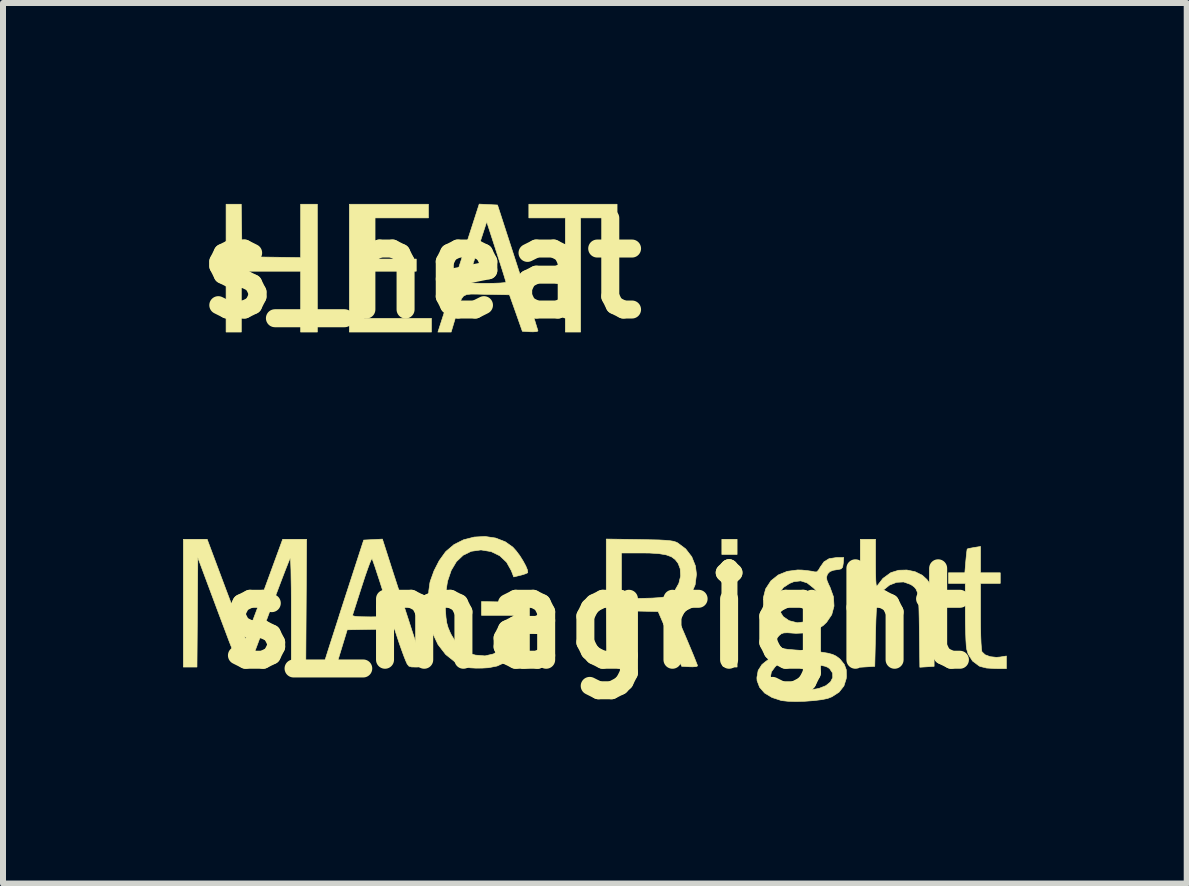
<source format=kicad_pcb>
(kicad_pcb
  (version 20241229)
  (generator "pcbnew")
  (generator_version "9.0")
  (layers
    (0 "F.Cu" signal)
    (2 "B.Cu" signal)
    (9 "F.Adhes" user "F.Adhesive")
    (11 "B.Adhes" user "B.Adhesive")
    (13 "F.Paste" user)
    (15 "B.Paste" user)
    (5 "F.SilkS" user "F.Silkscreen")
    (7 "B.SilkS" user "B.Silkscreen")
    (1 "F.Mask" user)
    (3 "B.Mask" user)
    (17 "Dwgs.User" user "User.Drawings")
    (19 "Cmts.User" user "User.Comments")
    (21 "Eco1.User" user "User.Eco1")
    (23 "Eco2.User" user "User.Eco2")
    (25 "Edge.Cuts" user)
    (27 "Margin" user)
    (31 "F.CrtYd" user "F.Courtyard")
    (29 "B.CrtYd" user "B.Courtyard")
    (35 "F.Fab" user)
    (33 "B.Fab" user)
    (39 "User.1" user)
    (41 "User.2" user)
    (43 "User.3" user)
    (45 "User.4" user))
  (footprint "s_magright"
    (layer "F.Cu")
    (at 6.849 7.254)
    (property "Reference" "s_magright" (at 0 0 0) (layer "F.SilkS") (effects (font (size 1.524 1.524) (thickness 0.3))))
    (attr through_hole)
    (fp_poly (pts (xy 2.383 -1.065) (xy 2.129 -1.065) (xy 2.129 -1.318) (xy 2.383 -1.318) (xy 2.383 -1.065)) (stroke (width 0.01) (type solid)) (fill yes) (layer "F.SilkS"))
    (fp_poly (pts (xy 2.383 0.811) (xy 2.273 0.811) (xy 2.202 0.808) (xy 2.154 0.799) (xy 2.146 0.794) (xy 2.142 0.766) (xy 2.138 0.693) (xy 2.135 0.582) (xy 2.132 0.439) (xy 2.13 0.271) (xy 2.129 0.084) (xy 2.129 0.008) (xy 2.129 -0.76) (xy 2.383 -0.76) (xy 2.383 0.811)) (stroke (width 0.01) (type solid)) (fill yes) (layer "F.SilkS"))
    (fp_poly (pts (xy 6.439 -0.76) (xy 6.768 -0.76) (xy 6.768 -0.583) (xy 6.439 -0.583) (xy 6.439 -0.036) (xy 6.44 0.137) (xy 6.443 0.29) (xy 6.448 0.415) (xy 6.455 0.506) (xy 6.462 0.554) (xy 6.464 0.557) (xy 6.515 0.606) (xy 6.6 0.638) (xy 6.703 0.649) (xy 6.765 0.644) (xy 6.87 0.627) (xy 6.87 0.837) (xy 6.686 0.836) (xy 6.538 0.827) (xy 6.431 0.8) (xy 6.415 0.792) (xy 6.306 0.71) (xy 6.233 0.594) (xy 6.21 0.518) (xy 6.202 0.461) (xy 6.196 0.364) (xy 6.191 0.236) (xy 6.187 0.087) (xy 6.186 -0.074) (xy 6.186 -0.082) (xy 6.185 -0.583) (xy 5.906 -0.583) (xy 5.906 -0.76) (xy 6.178 -0.76) (xy 6.194 -0.955) (xy 6.203 -1.048) (xy 6.211 -1.119) (xy 6.217 -1.155) (xy 6.218 -1.156) (xy 6.245 -1.165) (xy 6.305 -1.176) (xy 6.332 -1.181) (xy 6.439 -1.198) (xy 6.439 -0.76)) (stroke (width 0.01) (type solid)) (fill yes) (layer "F.SilkS"))
    (fp_poly (pts (xy 4.69 -0.906) (xy 4.691 -0.75) (xy 4.694 -0.639) (xy 4.699 -0.571) (xy 4.706 -0.539) (xy 4.717 -0.541) (xy 4.719 -0.545) (xy 4.813 -0.666) (xy 4.942 -0.76) (xy 4.948 -0.763) (xy 5.074 -0.802) (xy 5.212 -0.806) (xy 5.348 -0.778) (xy 5.468 -0.719) (xy 5.546 -0.648) (xy 5.581 -0.599) (xy 5.608 -0.546) (xy 5.629 -0.483) (xy 5.644 -0.403) (xy 5.654 -0.299) (xy 5.66 -0.165) (xy 5.663 0.007) (xy 5.664 0.203) (xy 5.666 0.799) (xy 5.428 0.814) (xy 5.42 0.198) (xy 5.417 -0.006) (xy 5.413 -0.166) (xy 5.407 -0.287) (xy 5.398 -0.377) (xy 5.384 -0.442) (xy 5.364 -0.488) (xy 5.337 -0.521) (xy 5.302 -0.548) (xy 5.271 -0.567) (xy 5.158 -0.607) (xy 5.039 -0.601) (xy 4.923 -0.555) (xy 4.819 -0.471) (xy 4.744 -0.368) (xy 4.73 -0.332) (xy 4.718 -0.282) (xy 4.709 -0.209) (xy 4.702 -0.107) (xy 4.696 0.03) (xy 4.691 0.21) (xy 4.69 0.253) (xy 4.677 0.799) (xy 4.436 0.814) (xy 4.436 -1.318) (xy 4.69 -1.318) (xy 4.69 -0.906)) (stroke (width 0.01) (type solid)) (fill yes) (layer "F.SilkS"))
    (fp_poly (pts (xy -6.134 -0.481) (xy -6.061 -0.288) (xy -5.994 -0.111) (xy -5.933 0.043) (xy -5.882 0.17) (xy -5.841 0.265) (xy -5.815 0.322) (xy -5.804 0.336) (xy -5.792 0.309) (xy -5.764 0.239) (xy -5.723 0.133) (xy -5.672 -0.004) (xy -5.611 -0.166) (xy -5.544 -0.347) (xy -5.488 -0.501) (xy -5.189 -1.318) (xy -4.79 -1.318) (xy -4.797 -0.26) (xy -4.804 0.799) (xy -5.045 0.814) (xy -5.045 -0.104) (xy -5.045 -0.313) (xy -5.046 -0.505) (xy -5.049 -0.673) (xy -5.051 -0.813) (xy -5.055 -0.918) (xy -5.059 -0.983) (xy -5.063 -1.004) (xy -5.063 -1.004) (xy -5.076 -0.977) (xy -5.104 -0.907) (xy -5.146 -0.801) (xy -5.199 -0.663) (xy -5.261 -0.499) (xy -5.331 -0.314) (xy -5.406 -0.114) (xy -5.413 -0.093) (xy -5.745 0.799) (xy -5.824 0.806) (xy -5.886 0.803) (xy -5.925 0.768) (xy -5.939 0.743) (xy -5.956 0.703) (xy -5.988 0.622) (xy -6.033 0.504) (xy -6.09 0.358) (xy -6.154 0.187) (xy -6.225 -0.001) (xy -6.289 -0.172) (xy -6.603 -1.015) (xy -6.61 -0.102) (xy -6.617 0.811) (xy -6.844 0.811) (xy -6.844 -1.318) (xy -6.447 -1.318) (xy -6.134 -0.481)) (stroke (width 0.01) (type solid)) (fill yes) (layer "F.SilkS"))
    (fp_poly (pts (xy 0.754 -1.314) (xy 0.94 -1.31) (xy 1.083 -1.307) (xy 1.189 -1.301) (xy 1.266 -1.294) (xy 1.322 -1.285) (xy 1.363 -1.272) (xy 1.391 -1.259) (xy 1.526 -1.158) (xy 1.628 -1.026) (xy 1.689 -0.873) (xy 1.706 -0.735) (xy 1.684 -0.56) (xy 1.621 -0.412) (xy 1.518 -0.294) (xy 1.414 -0.226) (xy 1.356 -0.193) (xy 1.335 -0.166) (xy 1.343 -0.126) (xy 1.356 -0.095) (xy 1.377 -0.044) (xy 1.414 0.043) (xy 1.463 0.158) (xy 1.519 0.289) (xy 1.557 0.379) (xy 1.612 0.51) (xy 1.66 0.625) (xy 1.696 0.716) (xy 1.719 0.774) (xy 1.724 0.792) (xy 1.701 0.803) (xy 1.642 0.807) (xy 1.592 0.806) (xy 1.46 0.799) (xy 1.264 0.342) (xy 1.068 -0.114) (xy 0.762 -0.121) (xy 0.456 -0.128) (xy 0.456 0.811) (xy 0.346 0.811) (xy 0.275 0.808) (xy 0.228 0.799) (xy 0.22 0.794) (xy 0.216 0.766) (xy 0.213 0.693) (xy 0.21 0.579) (xy 0.207 0.431) (xy 0.205 0.254) (xy 0.204 0.053) (xy 0.203 -0.166) (xy 0.203 -0.272) (xy 0.203 -1.09) (xy 0.456 -1.09) (xy 0.456 -0.325) (xy 0.818 -0.334) (xy 0.968 -0.338) (xy 1.077 -0.345) (xy 1.155 -0.354) (xy 1.21 -0.368) (xy 1.252 -0.387) (xy 1.259 -0.391) (xy 1.35 -0.472) (xy 1.412 -0.582) (xy 1.442 -0.705) (xy 1.435 -0.827) (xy 1.401 -0.916) (xy 1.352 -0.98) (xy 1.288 -1.027) (xy 1.2 -1.059) (xy 1.081 -1.079) (xy 0.925 -1.089) (xy 0.803 -1.09) (xy 0.456 -1.09) (xy 0.203 -1.09) (xy 0.203 -1.322) (xy 0.754 -1.314)) (stroke (width 0.01) (type solid)) (fill yes) (layer "F.SilkS"))
    (fp_poly (pts (xy -3.447 -1.072) (xy -3.417 -0.978) (xy -3.377 -0.852) (xy -3.328 -0.701) (xy -3.273 -0.532) (xy -3.214 -0.35) (xy -3.153 -0.162) (xy -3.092 0.025) (xy -3.034 0.206) (xy -2.979 0.372) (xy -2.932 0.519) (xy -2.892 0.639) (xy -2.864 0.726) (xy -2.848 0.773) (xy -2.846 0.779) (xy -2.854 0.799) (xy -2.904 0.809) (xy -2.964 0.811) (xy -3.041 0.809) (xy -3.085 0.796) (xy -3.114 0.761) (xy -3.14 0.703) (xy -3.17 0.627) (xy -3.208 0.523) (xy -3.248 0.41) (xy -3.256 0.386) (xy -3.325 0.176) (xy -3.719 0.183) (xy -4.113 0.19) (xy -4.206 0.494) (xy -4.299 0.799) (xy -4.405 0.806) (xy -4.471 0.807) (xy -4.508 0.799) (xy -4.512 0.794) (xy -4.504 0.766) (xy -4.483 0.695) (xy -4.449 0.586) (xy -4.404 0.444) (xy -4.349 0.274) (xy -4.287 0.081) (xy -4.243 -0.057) (xy -4.024 -0.057) (xy -4.017 -0.043) (xy -3.981 -0.034) (xy -3.909 -0.028) (xy -3.795 -0.026) (xy -3.716 -0.025) (xy -3.596 -0.027) (xy -3.496 -0.031) (xy -3.426 -0.036) (xy -3.397 -0.043) (xy -3.396 -0.044) (xy -3.404 -0.076) (xy -3.424 -0.147) (xy -3.454 -0.246) (xy -3.491 -0.366) (xy -3.533 -0.497) (xy -3.575 -0.629) (xy -3.616 -0.753) (xy -3.651 -0.861) (xy -3.68 -0.943) (xy -3.697 -0.989) (xy -3.7 -0.995) (xy -3.713 -0.979) (xy -3.738 -0.92) (xy -3.772 -0.828) (xy -3.814 -0.708) (xy -3.86 -0.567) (xy -3.865 -0.552) (xy -3.912 -0.406) (xy -3.954 -0.275) (xy -3.988 -0.168) (xy -4.012 -0.093) (xy -4.024 -0.058) (xy -4.024 -0.057) (xy -4.243 -0.057) (xy -4.22 -0.13) (xy -4.176 -0.266) (xy -3.839 -1.305) (xy -3.683 -1.313) (xy -3.527 -1.321) (xy -3.447 -1.072)) (stroke (width 0.01) (type solid)) (fill yes) (layer "F.SilkS"))
    (fp_poly (pts (xy -1.641 -1.339) (xy -1.479 -1.276) (xy -1.355 -1.188) (xy -1.298 -1.125) (xy -1.238 -1.045) (xy -1.183 -0.957) (xy -1.138 -0.874) (xy -1.11 -0.806) (xy -1.105 -0.765) (xy -1.109 -0.759) (xy -1.144 -0.743) (xy -1.208 -0.723) (xy -1.234 -0.717) (xy -1.339 -0.691) (xy -1.379 -0.795) (xy -1.458 -0.936) (xy -1.573 -1.044) (xy -1.715 -1.113) (xy -1.879 -1.14) (xy -1.891 -1.14) (xy -2.047 -1.118) (xy -2.182 -1.052) (xy -2.294 -0.945) (xy -2.381 -0.799) (xy -2.442 -0.619) (xy -2.475 -0.405) (xy -2.478 -0.162) (xy -2.477 -0.145) (xy -2.468 -0.019) (xy -2.455 0.074) (xy -2.433 0.152) (xy -2.399 0.233) (xy -2.379 0.274) (xy -2.289 0.421) (xy -2.185 0.523) (xy -2.061 0.589) (xy -1.976 0.612) (xy -1.817 0.625) (xy -1.678 0.593) (xy -1.551 0.514) (xy -1.505 0.473) (xy -1.411 0.351) (xy -1.359 0.211) (xy -1.344 0.057) (xy -1.344 -0.051) (xy -1.876 -0.051) (xy -1.876 -0.28) (xy -1.477 -0.273) (xy -1.077 -0.266) (xy -1.077 0.824) (xy -1.157 0.832) (xy -1.204 0.833) (xy -1.232 0.817) (xy -1.251 0.773) (xy -1.267 0.711) (xy -1.286 0.639) (xy -1.3 0.593) (xy -1.305 0.583) (xy -1.327 0.599) (xy -1.371 0.638) (xy -1.391 0.656) (xy -1.499 0.74) (xy -1.617 0.794) (xy -1.759 0.822) (xy -1.863 0.828) (xy -1.968 0.829) (xy -2.061 0.824) (xy -2.123 0.816) (xy -2.129 0.814) (xy -2.315 0.728) (xy -2.473 0.601) (xy -2.6 0.437) (xy -2.694 0.239) (xy -2.724 0.14) (xy -2.746 0.015) (xy -2.759 -0.14) (xy -2.761 -0.304) (xy -2.754 -0.461) (xy -2.736 -0.592) (xy -2.729 -0.621) (xy -2.667 -0.793) (xy -2.581 -0.961) (xy -2.48 -1.102) (xy -2.468 -1.116) (xy -2.334 -1.23) (xy -2.174 -1.31) (xy -1.998 -1.355) (xy -1.817 -1.365) (xy -1.641 -1.339)) (stroke (width 0.01) (type solid)) (fill yes) (layer "F.SilkS"))
    (fp_poly (pts (xy 4.152 -0.919) (xy 4.142 -0.854) (xy 4.116 -0.825) (xy 4.081 -0.817) (xy 3.986 -0.802) (xy 3.929 -0.78) (xy 3.895 -0.745) (xy 3.885 -0.727) (xy 3.873 -0.684) (xy 3.88 -0.635) (xy 3.909 -0.564) (xy 3.931 -0.52) (xy 3.989 -0.359) (xy 3.998 -0.205) (xy 3.96 -0.062) (xy 3.874 0.065) (xy 3.816 0.12) (xy 3.689 0.199) (xy 3.541 0.241) (xy 3.365 0.249) (xy 3.317 0.246) (xy 3.222 0.239) (xy 3.161 0.242) (xy 3.12 0.256) (xy 3.085 0.284) (xy 3.078 0.292) (xy 3.03 0.347) (xy 3.021 0.39) (xy 3.049 0.439) (xy 3.061 0.455) (xy 3.083 0.477) (xy 3.114 0.494) (xy 3.162 0.506) (xy 3.236 0.517) (xy 3.345 0.526) (xy 3.473 0.535) (xy 3.655 0.548) (xy 3.793 0.563) (xy 3.897 0.58) (xy 3.975 0.601) (xy 4.035 0.63) (xy 4.085 0.667) (xy 4.105 0.687) (xy 4.17 0.768) (xy 4.202 0.855) (xy 4.205 0.965) (xy 4.201 1.005) (xy 4.163 1.126) (xy 4.082 1.229) (xy 3.963 1.306) (xy 3.892 1.334) (xy 3.794 1.354) (xy 3.662 1.37) (xy 3.513 1.381) (xy 3.363 1.385) (xy 3.229 1.381) (xy 3.127 1.37) (xy 3.121 1.369) (xy 2.965 1.318) (xy 2.842 1.244) (xy 2.758 1.148) (xy 2.716 1.037) (xy 2.713 0.991) (xy 2.716 0.97) (xy 2.94 0.97) (xy 2.967 1.04) (xy 3.029 1.101) (xy 3.122 1.149) (xy 3.241 1.184) (xy 3.38 1.201) (xy 3.535 1.199) (xy 3.7 1.176) (xy 3.755 1.164) (xy 3.863 1.121) (xy 3.939 1.059) (xy 3.977 0.986) (xy 3.974 0.91) (xy 3.926 0.839) (xy 3.895 0.816) (xy 3.852 0.798) (xy 3.789 0.784) (xy 3.7 0.772) (xy 3.578 0.762) (xy 3.414 0.753) (xy 3.35 0.75) (xy 3.087 0.737) (xy 3.014 0.81) (xy 2.954 0.892) (xy 2.94 0.97) (xy 2.716 0.97) (xy 2.734 0.868) (xy 2.797 0.77) (xy 2.858 0.72) (xy 2.909 0.682) (xy 2.921 0.658) (xy 2.902 0.633) (xy 2.898 0.63) (xy 2.845 0.561) (xy 2.809 0.468) (xy 2.798 0.376) (xy 2.801 0.353) (xy 2.83 0.292) (xy 2.884 0.225) (xy 2.907 0.202) (xy 2.997 0.123) (xy 2.945 0.068) (xy 2.866 -0.051) (xy 2.824 -0.192) (xy 2.821 -0.317) (xy 3.071 -0.317) (xy 3.073 -0.237) (xy 3.097 -0.115) (xy 3.152 -0.029) (xy 3.243 0.034) (xy 3.257 0.04) (xy 3.386 0.073) (xy 3.518 0.056) (xy 3.562 0.04) (xy 3.658 -0.027) (xy 3.722 -0.128) (xy 3.751 -0.257) (xy 3.752 -0.288) (xy 3.747 -0.367) (xy 3.727 -0.424) (xy 3.68 -0.483) (xy 3.655 -0.508) (xy 3.55 -0.591) (xy 3.444 -0.625) (xy 3.33 -0.612) (xy 3.258 -0.583) (xy 3.155 -0.516) (xy 3.094 -0.43) (xy 3.071 -0.317) (xy 2.821 -0.317) (xy 2.82 -0.342) (xy 2.857 -0.486) (xy 2.861 -0.495) (xy 2.947 -0.626) (xy 3.068 -0.723) (xy 3.218 -0.784) (xy 3.392 -0.807) (xy 3.466 -0.805) (xy 3.56 -0.795) (xy 3.637 -0.784) (xy 3.679 -0.774) (xy 3.714 -0.776) (xy 3.748 -0.817) (xy 3.768 -0.854) (xy 3.831 -0.943) (xy 3.916 -0.995) (xy 4.035 -1.013) (xy 4.051 -1.014) (xy 4.16 -1.014) (xy 4.152 -0.919)) (stroke (width 0.01) (type solid)) (fill yes) (layer "F.SilkS")))
  (footprint "s_heat"
    (layer "F.Cu")
    (at 3.962 1.418)
    (property "Reference" "s_heat" (at 0 0 0) (layer "F.SilkS") (effects (font (size 1.524 1.524) (thickness 0.3))))
    (attr through_hole)
    (fp_poly (pts (xy 3.27 -0.837) (xy 2.662 -0.837) (xy 2.662 1.065) (xy 2.408 1.065) (xy 2.408 -0.837) (xy 1.8 -0.837) (xy 1.8 -1.065) (xy 3.27 -1.065) (xy 3.27 -0.837)) (stroke (width 0.01) (type solid)) (fill yes) (layer "F.SilkS"))
    (fp_poly (pts (xy -2.979 -0.19) (xy -2.003 -0.176) (xy -2.003 -1.065) (xy -1.724 -1.065) (xy -1.724 1.065) (xy -2.003 1.065) (xy -2.003 0.051) (xy -2.991 0.051) (xy -2.991 1.065) (xy -3.245 1.065) (xy -3.245 -1.065) (xy -2.992 -1.065) (xy -2.979 -0.19)) (stroke (width 0.01) (type solid)) (fill yes) (layer "F.SilkS"))
    (fp_poly (pts (xy 0.127 -0.837) (xy -0.938 -0.837) (xy -0.938 -0.152) (xy -0.076 -0.152) (xy -0.076 0.051) (xy -0.938 0.051) (xy -0.938 0.837) (xy 0.177 0.837) (xy 0.177 1.065) (xy -1.191 1.065) (xy -1.191 -1.065) (xy 0.127 -1.065) (xy 0.127 -0.837)) (stroke (width 0.01) (type solid)) (fill yes) (layer "F.SilkS"))
    (fp_poly (pts (xy 1.278 -1.052) (xy 1.615 -0.013) (xy 1.686 0.207) (xy 1.752 0.412) (xy 1.811 0.596) (xy 1.862 0.756) (xy 1.903 0.886) (xy 1.932 0.981) (xy 1.949 1.035) (xy 1.952 1.047) (xy 1.929 1.057) (xy 1.871 1.061) (xy 1.822 1.06) (xy 1.692 1.052) (xy 1.585 0.748) (xy 1.477 0.444) (xy 1.093 0.437) (xy 0.945 0.433) (xy 0.838 0.432) (xy 0.764 0.44) (xy 0.713 0.464) (xy 0.678 0.51) (xy 0.648 0.584) (xy 0.615 0.694) (xy 0.583 0.805) (xy 0.505 1.065) (xy 0.285 1.065) (xy 0.459 0.526) (xy 0.525 0.323) (xy 0.558 0.219) (xy 0.786 0.219) (xy 0.796 0.234) (xy 0.831 0.244) (xy 0.899 0.25) (xy 1.005 0.253) (xy 1.103 0.253) (xy 1.223 0.252) (xy 1.322 0.248) (xy 1.39 0.242) (xy 1.419 0.235) (xy 1.419 0.234) (xy 1.411 0.206) (xy 1.39 0.136) (xy 1.358 0.033) (xy 1.317 -0.095) (xy 1.27 -0.242) (xy 1.258 -0.279) (xy 1.098 -0.773) (xy 0.942 -0.294) (xy 0.894 -0.146) (xy 0.852 -0.012) (xy 0.818 0.098) (xy 0.796 0.177) (xy 0.786 0.217) (xy 0.786 0.219) (xy 0.558 0.219) (xy 0.599 0.093) (xy 0.676 -0.145) (xy 0.749 -0.371) (xy 0.803 -0.54) (xy 0.973 -1.067) (xy 1.278 -1.052)) (stroke (width 0.01) (type solid)) (fill yes) (layer "F.SilkS")))
  (gr_rect
    (start -3 -3)
    (end 16.724 11.672)
    (stroke (width 0.1) (type default))
    (fill no)
    (layer "Edge.Cuts")))
</source>
